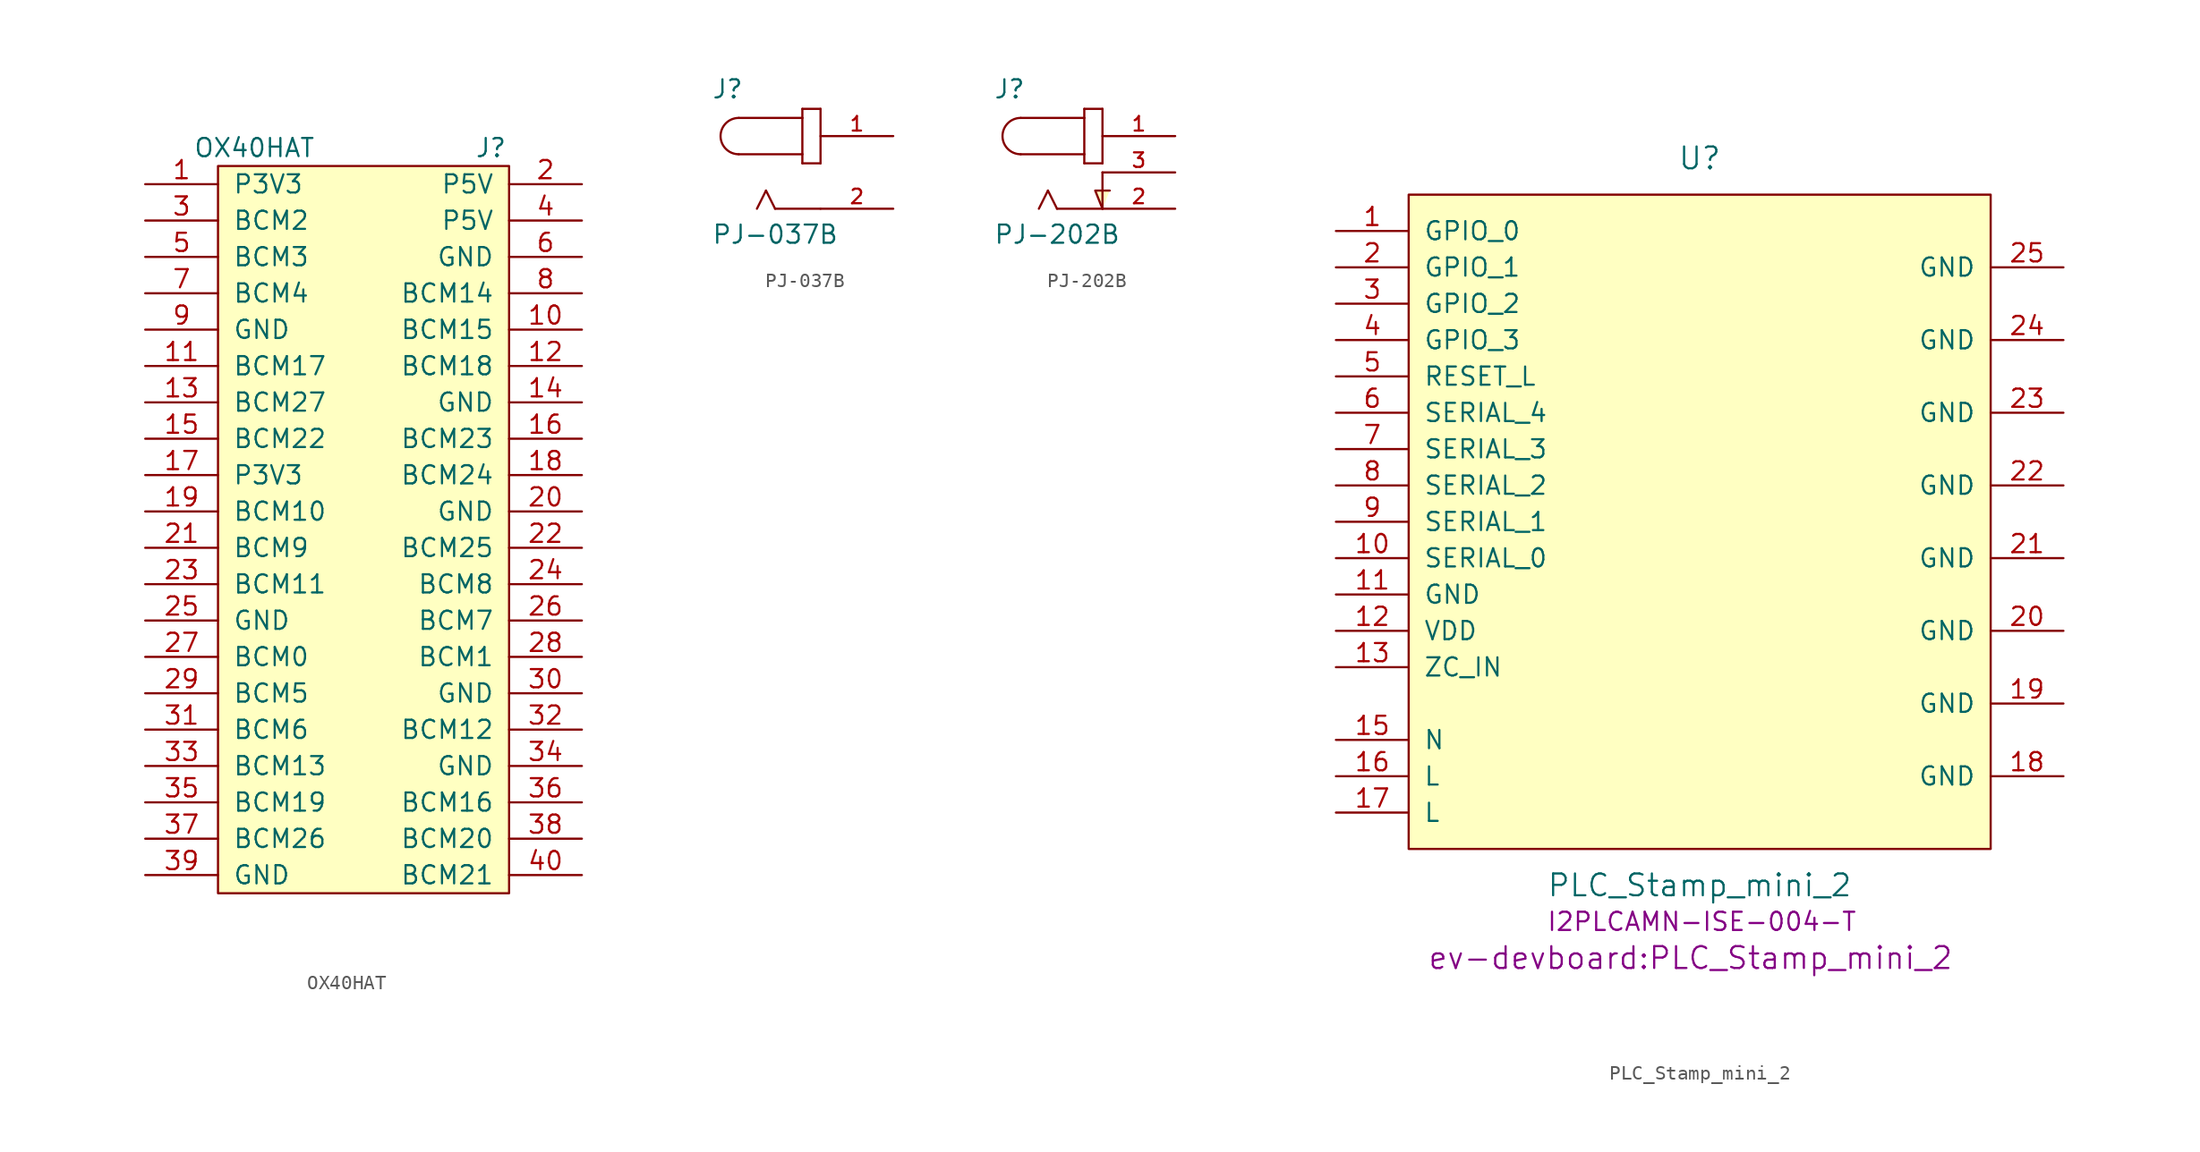
<source format=kicad_sym>
(kicad_symbol_lib
  (version 20211014)
  (generator kicad_symbol_editor)
  (symbol "OX40HAT"
    (pin_names
      (offset 1.016))
    (property "Reference" "J"
      (at 8.89 2.54 0)
      (effects (font (size 1.27 1.27))))
    (property "Value" "OX40HAT"
      (at -7.62 2.54 0)
      (effects (font (size 1.27 1.27))))
    (property "Datasheet" ""
      (at -17.78 0 0)
      (effects (font (size 1.27 1.27))))
    (symbol "OX40HAT_0_1"
      (rectangle (start -10.16 1.27) (end 10.16 -49.53) (stroke (width 0) (type default) (color 0 0 0 0)) (fill (type background))))
    (symbol "OX40HAT_1_1"
      (pin bidirectional line (at -15.24 0 0) (length 5.08) (name "P3V3" (effects (font (size 1.27 1.27)))) (number "1" (effects (font (size 1.27 1.27)))))
      (pin bidirectional line (at 15.24 -10.16 180) (length 5.08) (name "BCM15" (effects (font (size 1.27 1.27)))) (number "10" (effects (font (size 1.27 1.27)))))
      (pin bidirectional line (at -15.24 -12.7 0) (length 5.08) (name "BCM17" (effects (font (size 1.27 1.27)))) (number "11" (effects (font (size 1.27 1.27)))))
      (pin bidirectional line (at 15.24 -12.7 180) (length 5.08) (name "BCM18" (effects (font (size 1.27 1.27)))) (number "12" (effects (font (size 1.27 1.27)))))
      (pin bidirectional line (at -15.24 -15.24 0) (length 5.08) (name "BCM27" (effects (font (size 1.27 1.27)))) (number "13" (effects (font (size 1.27 1.27)))))
      (pin bidirectional line (at 15.24 -15.24 180) (length 5.08) (name "GND" (effects (font (size 1.27 1.27)))) (number "14" (effects (font (size 1.27 1.27)))))
      (pin bidirectional line (at -15.24 -17.78 0) (length 5.08) (name "BCM22" (effects (font (size 1.27 1.27)))) (number "15" (effects (font (size 1.27 1.27)))))
      (pin bidirectional line (at 15.24 -17.78 180) (length 5.08) (name "BCM23" (effects (font (size 1.27 1.27)))) (number "16" (effects (font (size 1.27 1.27)))))
      (pin bidirectional line (at -15.24 -20.32 0) (length 5.08) (name "P3V3" (effects (font (size 1.27 1.27)))) (number "17" (effects (font (size 1.27 1.27)))))
      (pin bidirectional line (at 15.24 -20.32 180) (length 5.08) (name "BCM24" (effects (font (size 1.27 1.27)))) (number "18" (effects (font (size 1.27 1.27)))))
      (pin bidirectional line (at -15.24 -22.86 0) (length 5.08) (name "BCM10" (effects (font (size 1.27 1.27)))) (number "19" (effects (font (size 1.27 1.27)))))
      (pin bidirectional line (at 15.24 0 180) (length 5.08) (name "P5V" (effects (font (size 1.27 1.27)))) (number "2" (effects (font (size 1.27 1.27)))))
      (pin bidirectional line (at 15.24 -22.86 180) (length 5.08) (name "GND" (effects (font (size 1.27 1.27)))) (number "20" (effects (font (size 1.27 1.27)))))
      (pin bidirectional line (at -15.24 -25.4 0) (length 5.08) (name "BCM9" (effects (font (size 1.27 1.27)))) (number "21" (effects (font (size 1.27 1.27)))))
      (pin bidirectional line (at 15.24 -25.4 180) (length 5.08) (name "BCM25" (effects (font (size 1.27 1.27)))) (number "22" (effects (font (size 1.27 1.27)))))
      (pin bidirectional line (at -15.24 -27.94 0) (length 5.08) (name "BCM11" (effects (font (size 1.27 1.27)))) (number "23" (effects (font (size 1.27 1.27)))))
      (pin bidirectional line (at 15.24 -27.94 180) (length 5.08) (name "BCM8" (effects (font (size 1.27 1.27)))) (number "24" (effects (font (size 1.27 1.27)))))
      (pin bidirectional line (at -15.24 -30.48 0) (length 5.08) (name "GND" (effects (font (size 1.27 1.27)))) (number "25" (effects (font (size 1.27 1.27)))))
      (pin bidirectional line (at 15.24 -30.48 180) (length 5.08) (name "BCM7" (effects (font (size 1.27 1.27)))) (number "26" (effects (font (size 1.27 1.27)))))
      (pin bidirectional line (at -15.24 -33.02 0) (length 5.08) (name "BCM0" (effects (font (size 1.27 1.27)))) (number "27" (effects (font (size 1.27 1.27)))))
      (pin bidirectional line (at 15.24 -33.02 180) (length 5.08) (name "BCM1" (effects (font (size 1.27 1.27)))) (number "28" (effects (font (size 1.27 1.27)))))
      (pin bidirectional line (at -15.24 -35.56 0) (length 5.08) (name "BCM5" (effects (font (size 1.27 1.27)))) (number "29" (effects (font (size 1.27 1.27)))))
      (pin bidirectional line (at -15.24 -2.54 0) (length 5.08) (name "BCM2" (effects (font (size 1.27 1.27)))) (number "3" (effects (font (size 1.27 1.27)))))
      (pin bidirectional line (at 15.24 -35.56 180) (length 5.08) (name "GND" (effects (font (size 1.27 1.27)))) (number "30" (effects (font (size 1.27 1.27)))))
      (pin bidirectional line (at -15.24 -38.1 0) (length 5.08) (name "BCM6" (effects (font (size 1.27 1.27)))) (number "31" (effects (font (size 1.27 1.27)))))
      (pin bidirectional line (at 15.24 -38.1 180) (length 5.08) (name "BCM12" (effects (font (size 1.27 1.27)))) (number "32" (effects (font (size 1.27 1.27)))))
      (pin bidirectional line (at -15.24 -40.64 0) (length 5.08) (name "BCM13" (effects (font (size 1.27 1.27)))) (number "33" (effects (font (size 1.27 1.27)))))
      (pin bidirectional line (at 15.24 -40.64 180) (length 5.08) (name "GND" (effects (font (size 1.27 1.27)))) (number "34" (effects (font (size 1.27 1.27)))))
      (pin bidirectional line (at -15.24 -43.18 0) (length 5.08) (name "BCM19" (effects (font (size 1.27 1.27)))) (number "35" (effects (font (size 1.27 1.27)))))
      (pin bidirectional line (at 15.24 -43.18 180) (length 5.08) (name "BCM16" (effects (font (size 1.27 1.27)))) (number "36" (effects (font (size 1.27 1.27)))))
      (pin bidirectional line (at -15.24 -45.72 0) (length 5.08) (name "BCM26" (effects (font (size 1.27 1.27)))) (number "37" (effects (font (size 1.27 1.27)))))
      (pin bidirectional line (at 15.24 -45.72 180) (length 5.08) (name "BCM20" (effects (font (size 1.27 1.27)))) (number "38" (effects (font (size 1.27 1.27)))))
      (pin bidirectional line (at -15.24 -48.26 0) (length 5.08) (name "GND" (effects (font (size 1.27 1.27)))) (number "39" (effects (font (size 1.27 1.27)))))
      (pin bidirectional line (at 15.24 -2.54 180) (length 5.08) (name "P5V" (effects (font (size 1.27 1.27)))) (number "4" (effects (font (size 1.27 1.27)))))
      (pin bidirectional line (at 15.24 -48.26 180) (length 5.08) (name "BCM21" (effects (font (size 1.27 1.27)))) (number "40" (effects (font (size 1.27 1.27)))))
      (pin bidirectional line (at -15.24 -5.08 0) (length 5.08) (name "BCM3" (effects (font (size 1.27 1.27)))) (number "5" (effects (font (size 1.27 1.27)))))
      (pin bidirectional line (at 15.24 -5.08 180) (length 5.08) (name "GND" (effects (font (size 1.27 1.27)))) (number "6" (effects (font (size 1.27 1.27)))))
      (pin bidirectional line (at -15.24 -7.62 0) (length 5.08) (name "BCM4" (effects (font (size 1.27 1.27)))) (number "7" (effects (font (size 1.27 1.27)))))
      (pin bidirectional line (at 15.24 -7.62 180) (length 5.08) (name "BCM14" (effects (font (size 1.27 1.27)))) (number "8" (effects (font (size 1.27 1.27)))))
      (pin bidirectional line (at -15.24 -10.16 0) (length 5.08) (name "GND" (effects (font (size 1.27 1.27)))) (number "9" (effects (font (size 1.27 1.27)))))))
  (symbol "PJ-037B"
    (pin_names
      (offset 1.016) hide)
    (property "Reference" "J"
      (at -7.62 5.08 0)
      (effects (font (size 1.27 1.27)) (justify left bottom)))
    (property "Value" "PJ-037B"
      (at -7.62 -5.08 0)
      (effects (font (size 1.27 1.27)) (justify left bottom)))
    (symbol "PJ-037B_0_0"
      (arc (start -5.715 3.81) (mid -6.985 2.54) (end -5.715 1.27) (stroke (width 0.1524) (type default) (color 0 0 0 0)) (fill (type none)))
      (polyline (pts (xy -5.715 3.81) (xy -1.27 3.81)) (stroke (width 0.152) (type default) (color 0 0 0 0)) (fill (type none)))
      (polyline (pts (xy -3.81 -1.27) (xy -4.445 -2.54)) (stroke (width 0.152) (type default) (color 0 0 0 0)) (fill (type none)))
      (polyline (pts (xy -3.175 -2.54) (xy -3.81 -1.27)) (stroke (width 0.152) (type default) (color 0 0 0 0)) (fill (type none)))
      (polyline (pts (xy -1.27 0.635) (xy 0 0.635)) (stroke (width 0.152) (type default) (color 0 0 0 0)) (fill (type none)))
      (polyline (pts (xy -1.27 1.27) (xy -5.715 1.27)) (stroke (width 0.152) (type default) (color 0 0 0 0)) (fill (type none)))
      (polyline (pts (xy -1.27 1.27) (xy -1.27 0.635)) (stroke (width 0.152) (type default) (color 0 0 0 0)) (fill (type none)))
      (polyline (pts (xy -1.27 3.81) (xy -1.27 1.27)) (stroke (width 0.152) (type default) (color 0 0 0 0)) (fill (type none)))
      (polyline (pts (xy -1.27 4.445) (xy -1.27 3.81)) (stroke (width 0.152) (type default) (color 0 0 0 0)) (fill (type none)))
      (polyline (pts (xy 0 -2.54) (xy -3.175 -2.54)) (stroke (width 0.152) (type default) (color 0 0 0 0)) (fill (type none)))
      (polyline (pts (xy 0 0.635) (xy 0 4.445)) (stroke (width 0.152) (type default) (color 0 0 0 0)) (fill (type none)))
      (polyline (pts (xy 0 4.445) (xy -1.27 4.445)) (stroke (width 0.152) (type default) (color 0 0 0 0)) (fill (type none)))
      (pin passive line (at 5.08 2.54 180) (length 5.08) (name "~" (effects (font (size 1.016 1.016)))) (number "1" (effects (font (size 1.016 1.016)))))
      (pin passive line (at 5.08 -2.54 180) (length 5.08) (name "~" (effects (font (size 1.016 1.016)))) (number "2" (effects (font (size 1.016 1.016)))))))
  (symbol "PJ-202B"
    (pin_names
      (offset 1.016) hide)
    (property "Reference" "J"
      (at -7.62 5.08 0)
      (effects (font (size 1.27 1.27)) (justify left bottom)))
    (property "Value" "PJ-202B"
      (at -7.62 -5.08 0)
      (effects (font (size 1.27 1.27)) (justify left bottom)))
    (symbol "PJ-202B_0_0"
      (arc (start -5.715 3.81) (mid -6.985 2.54) (end -5.715 1.27) (stroke (width 0.1524) (type default) (color 0 0 0 0)) (fill (type none)))
      (polyline (pts (xy -5.715 3.81) (xy -1.27 3.81)) (stroke (width 0.152) (type default) (color 0 0 0 0)) (fill (type none)))
      (polyline (pts (xy -3.81 -1.27) (xy -4.445 -2.54)) (stroke (width 0.152) (type default) (color 0 0 0 0)) (fill (type none)))
      (polyline (pts (xy -3.175 -2.54) (xy -3.81 -1.27)) (stroke (width 0.152) (type default) (color 0 0 0 0)) (fill (type none)))
      (polyline (pts (xy -1.27 0.635) (xy 0 0.635)) (stroke (width 0.152) (type default) (color 0 0 0 0)) (fill (type none)))
      (polyline (pts (xy -1.27 1.27) (xy -5.715 1.27)) (stroke (width 0.152) (type default) (color 0 0 0 0)) (fill (type none)))
      (polyline (pts (xy -1.27 1.27) (xy -1.27 0.635)) (stroke (width 0.152) (type default) (color 0 0 0 0)) (fill (type none)))
      (polyline (pts (xy -1.27 3.81) (xy -1.27 1.27)) (stroke (width 0.152) (type default) (color 0 0 0 0)) (fill (type none)))
      (polyline (pts (xy -1.27 4.445) (xy -1.27 3.81)) (stroke (width 0.152) (type default) (color 0 0 0 0)) (fill (type none)))
      (polyline (pts (xy 0 -2.54) (xy -3.175 -2.54)) (stroke (width 0.152) (type default) (color 0 0 0 0)) (fill (type none)))
      (polyline (pts (xy 0 0) (xy 0 -2.54)) (stroke (width 0.152) (type default) (color 0 0 0 0)) (fill (type none)))
      (polyline (pts (xy 0 0.635) (xy 0 4.445)) (stroke (width 0.152) (type default) (color 0 0 0 0)) (fill (type none)))
      (polyline (pts (xy 0 4.445) (xy -1.27 4.445)) (stroke (width 0.152) (type default) (color 0 0 0 0)) (fill (type none)))
      (polyline (pts (xy 0 -2.54) (xy -0.508 -1.27) (xy 0.508 -1.27)) (stroke (width 0.152) (type default) (color 0 0 0 0)) (fill (type background)))
      (pin passive line (at 5.08 2.54 180) (length 5.08) (name "~" (effects (font (size 1.016 1.016)))) (number "1" (effects (font (size 1.016 1.016)))))
      (pin passive line (at 5.08 -2.54 180) (length 5.08) (name "~" (effects (font (size 1.016 1.016)))) (number "2" (effects (font (size 1.016 1.016)))))
      (pin passive line (at 5.08 0 180) (length 5.08) (name "~" (effects (font (size 1.016 1.016)))) (number "3" (effects (font (size 1.016 1.016)))))))
  (symbol "PLC_Stamp_mini_2"
    (pin_names
      (offset 1.016))
    (property "Reference" "U"
      (at 0 25.4 0)
      (effects (font (size 1.524 1.524))))
    (property "Value" "PLC_Stamp_mini_2"
      (at 0 -25.4 0)
      (effects (font (size 1.524 1.524))))
    (property "Footprint" "ev-devboard:PLC_Stamp_mini_2"
      (at -0.635 -30.48 0)
      (effects (font (size 1.524 1.524))))
    (property "Datasheet" ""
      (at 0 2.54 0)
      (effects (font (size 1.524 1.524))))
    (property "MPN" "I2PLCAMN-ISE-004-T "
      (at 0.635 -27.94 0)
      (effects (font (size 1.27 1.27))))
    (symbol "PLC_Stamp_mini_2_0_1"
      (rectangle (start -20.32 22.86) (end 20.32 -22.86) (stroke (width 0) (type default) (color 0 0 0 0)) (fill (type background))))
    (symbol "PLC_Stamp_mini_2_1_1"
      (pin bidirectional line (at -25.4 20.32 0) (length 5.08) (name "GPIO_0" (effects (font (size 1.27 1.27)))) (number "1" (effects (font (size 1.27 1.27)))))
      (pin bidirectional line (at -25.4 -2.54 0) (length 5.08) (name "SERIAL_0" (effects (font (size 1.27 1.27)))) (number "10" (effects (font (size 1.27 1.27)))))
      (pin power_in line (at -25.4 -5.08 0) (length 5.08) (name "GND" (effects (font (size 1.27 1.27)))) (number "11" (effects (font (size 1.27 1.27)))))
      (pin power_in line (at -25.4 -7.62 0) (length 5.08) (name "VDD" (effects (font (size 1.27 1.27)))) (number "12" (effects (font (size 1.27 1.27)))))
      (pin input line (at -25.4 -10.16 0) (length 5.08) (name "ZC_IN" (effects (font (size 1.27 1.27)))) (number "13" (effects (font (size 1.27 1.27)))))
      (pin passive line (at -25.4 -15.24 0) (length 5.08) (name "N" (effects (font (size 1.27 1.27)))) (number "15" (effects (font (size 1.27 1.27)))))
      (pin passive line (at -25.4 -17.78 0) (length 5.08) (name "L" (effects (font (size 1.27 1.27)))) (number "16" (effects (font (size 1.27 1.27)))))
      (pin passive line (at -25.4 -20.32 0) (length 5.08) (name "L" (effects (font (size 1.27 1.27)))) (number "17" (effects (font (size 1.27 1.27)))))
      (pin power_in line (at 25.4 -17.78 180) (length 5.08) (name "GND" (effects (font (size 1.27 1.27)))) (number "18" (effects (font (size 1.27 1.27)))))
      (pin power_in line (at 25.4 -12.7 180) (length 5.08) (name "GND" (effects (font (size 1.27 1.27)))) (number "19" (effects (font (size 1.27 1.27)))))
      (pin bidirectional line (at -25.4 17.78 0) (length 5.08) (name "GPIO_1" (effects (font (size 1.27 1.27)))) (number "2" (effects (font (size 1.27 1.27)))))
      (pin power_in line (at 25.4 -7.62 180) (length 5.08) (name "GND" (effects (font (size 1.27 1.27)))) (number "20" (effects (font (size 1.27 1.27)))))
      (pin power_in line (at 25.4 -2.54 180) (length 5.08) (name "GND" (effects (font (size 1.27 1.27)))) (number "21" (effects (font (size 1.27 1.27)))))
      (pin power_in line (at 25.4 2.54 180) (length 5.08) (name "GND" (effects (font (size 1.27 1.27)))) (number "22" (effects (font (size 1.27 1.27)))))
      (pin power_in line (at 25.4 7.62 180) (length 5.08) (name "GND" (effects (font (size 1.27 1.27)))) (number "23" (effects (font (size 1.27 1.27)))))
      (pin power_in line (at 25.4 12.7 180) (length 5.08) (name "GND" (effects (font (size 1.27 1.27)))) (number "24" (effects (font (size 1.27 1.27)))))
      (pin power_in line (at 25.4 17.78 180) (length 5.08) (name "GND" (effects (font (size 1.27 1.27)))) (number "25" (effects (font (size 1.27 1.27)))))
      (pin bidirectional line (at -25.4 15.24 0) (length 5.08) (name "GPIO_2" (effects (font (size 1.27 1.27)))) (number "3" (effects (font (size 1.27 1.27)))))
      (pin bidirectional line (at -25.4 12.7 0) (length 5.08) (name "GPIO_3" (effects (font (size 1.27 1.27)))) (number "4" (effects (font (size 1.27 1.27)))))
      (pin input line (at -25.4 10.16 0) (length 5.08) (name "RESET_L" (effects (font (size 1.27 1.27)))) (number "5" (effects (font (size 1.27 1.27)))))
      (pin bidirectional line (at -25.4 7.62 0) (length 5.08) (name "SERIAL_4" (effects (font (size 1.27 1.27)))) (number "6" (effects (font (size 1.27 1.27)))))
      (pin bidirectional line (at -25.4 5.08 0) (length 5.08) (name "SERIAL_3" (effects (font (size 1.27 1.27)))) (number "7" (effects (font (size 1.27 1.27)))))
      (pin bidirectional line (at -25.4 2.54 0) (length 5.08) (name "SERIAL_2" (effects (font (size 1.27 1.27)))) (number "8" (effects (font (size 1.27 1.27)))))
      (pin bidirectional line (at -25.4 0 0) (length 5.08) (name "SERIAL_1" (effects (font (size 1.27 1.27)))) (number "9" (effects (font (size 1.27 1.27))))))))
</source>
